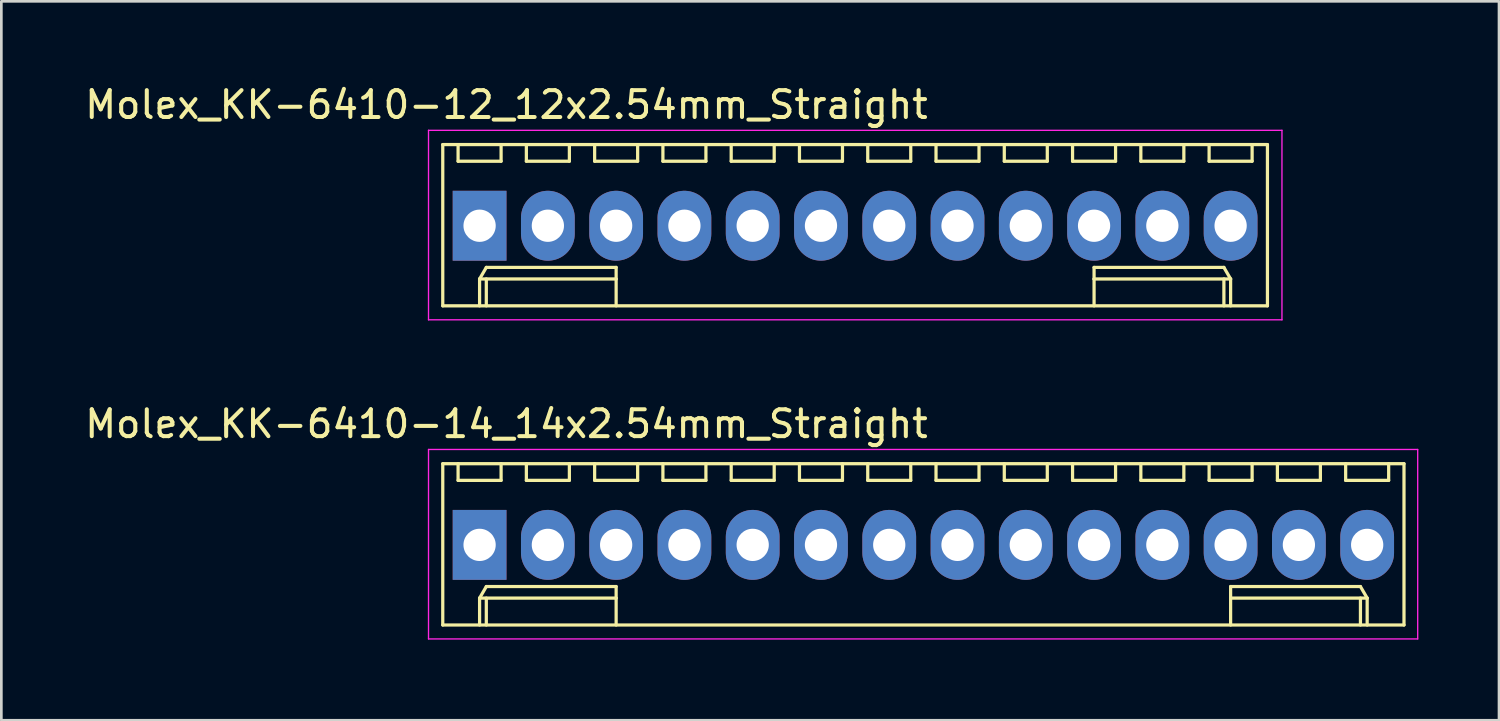
<source format=kicad_pcb>
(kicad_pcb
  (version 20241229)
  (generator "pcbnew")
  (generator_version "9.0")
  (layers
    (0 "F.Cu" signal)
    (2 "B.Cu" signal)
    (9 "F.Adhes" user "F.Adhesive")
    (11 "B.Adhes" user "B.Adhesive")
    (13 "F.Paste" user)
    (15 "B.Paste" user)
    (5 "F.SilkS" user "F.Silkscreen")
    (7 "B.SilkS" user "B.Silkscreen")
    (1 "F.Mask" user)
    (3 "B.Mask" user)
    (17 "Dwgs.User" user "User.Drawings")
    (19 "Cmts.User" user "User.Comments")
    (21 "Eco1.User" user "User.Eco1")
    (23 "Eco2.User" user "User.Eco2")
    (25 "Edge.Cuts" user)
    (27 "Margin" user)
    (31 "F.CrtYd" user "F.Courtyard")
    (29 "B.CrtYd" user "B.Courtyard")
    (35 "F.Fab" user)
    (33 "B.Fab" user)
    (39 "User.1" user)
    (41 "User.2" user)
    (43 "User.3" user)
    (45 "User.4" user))
  (footprint "Molex_KK-6410-14_14x2.54mm_Straight"
    (layer "F.Cu")
    (at 14.792 17.221)
    (property "Reference" "Molex_KK-6410-14_14x2.54mm_Straight" (at 1 -4.5 0) (layer "F.SilkS") (effects (font (size 1 1) (thickness 0.15))))
    (attr through_hole)
    (fp_line (start -1.37 -3.02) (end -1.37 2.98) (stroke (width 0.12) (type solid)) (layer "F.SilkS"))
    (fp_line (start -1.37 2.98) (end 34.39 2.98) (stroke (width 0.12) (type solid)) (layer "F.SilkS"))
    (fp_line (start -0.8 -3.02) (end -0.8 -2.4) (stroke (width 0.12) (type solid)) (layer "F.SilkS"))
    (fp_line (start -0.8 -2.4) (end 0.8 -2.4) (stroke (width 0.12) (type solid)) (layer "F.SilkS"))
    (fp_line (start 0 1.98) (end 0.25 1.55) (stroke (width 0.12) (type solid)) (layer "F.SilkS"))
    (fp_line (start 0 1.98) (end 5.08 1.98) (stroke (width 0.12) (type solid)) (layer "F.SilkS"))
    (fp_line (start 0 2.98) (end 0 1.98) (stroke (width 0.12) (type solid)) (layer "F.SilkS"))
    (fp_line (start 0.25 1.55) (end 5.08 1.55) (stroke (width 0.12) (type solid)) (layer "F.SilkS"))
    (fp_line (start 0.25 2.98) (end 0.25 1.98) (stroke (width 0.12) (type solid)) (layer "F.SilkS"))
    (fp_line (start 0.8 -2.4) (end 0.8 -3.02) (stroke (width 0.12) (type solid)) (layer "F.SilkS"))
    (fp_line (start 1.74 -3.02) (end 1.74 -2.4) (stroke (width 0.12) (type solid)) (layer "F.SilkS"))
    (fp_line (start 1.74 -2.4) (end 3.34 -2.4) (stroke (width 0.12) (type solid)) (layer "F.SilkS"))
    (fp_line (start 3.34 -2.4) (end 3.34 -3.02) (stroke (width 0.12) (type solid)) (layer "F.SilkS"))
    (fp_line (start 4.28 -3.02) (end 4.28 -2.4) (stroke (width 0.12) (type solid)) (layer "F.SilkS"))
    (fp_line (start 4.28 -2.4) (end 5.88 -2.4) (stroke (width 0.12) (type solid)) (layer "F.SilkS"))
    (fp_line (start 5.08 1.55) (end 5.08 1.98) (stroke (width 0.12) (type solid)) (layer "F.SilkS"))
    (fp_line (start 5.08 1.98) (end 5.08 2.98) (stroke (width 0.12) (type solid)) (layer "F.SilkS"))
    (fp_line (start 5.88 -2.4) (end 5.88 -3.02) (stroke (width 0.12) (type solid)) (layer "F.SilkS"))
    (fp_line (start 6.82 -3.02) (end 6.82 -2.4) (stroke (width 0.12) (type solid)) (layer "F.SilkS"))
    (fp_line (start 6.82 -2.4) (end 8.42 -2.4) (stroke (width 0.12) (type solid)) (layer "F.SilkS"))
    (fp_line (start 8.42 -2.4) (end 8.42 -3.02) (stroke (width 0.12) (type solid)) (layer "F.SilkS"))
    (fp_line (start 9.36 -3.02) (end 9.36 -2.4) (stroke (width 0.12) (type solid)) (layer "F.SilkS"))
    (fp_line (start 9.36 -2.4) (end 10.96 -2.4) (stroke (width 0.12) (type solid)) (layer "F.SilkS"))
    (fp_line (start 10.96 -2.4) (end 10.96 -3.02) (stroke (width 0.12) (type solid)) (layer "F.SilkS"))
    (fp_line (start 11.9 -3.02) (end 11.9 -2.4) (stroke (width 0.12) (type solid)) (layer "F.SilkS"))
    (fp_line (start 11.9 -2.4) (end 13.5 -2.4) (stroke (width 0.12) (type solid)) (layer "F.SilkS"))
    (fp_line (start 13.5 -2.4) (end 13.5 -3.02) (stroke (width 0.12) (type solid)) (layer "F.SilkS"))
    (fp_line (start 14.44 -3.02) (end 14.44 -2.4) (stroke (width 0.12) (type solid)) (layer "F.SilkS"))
    (fp_line (start 14.44 -2.4) (end 16.04 -2.4) (stroke (width 0.12) (type solid)) (layer "F.SilkS"))
    (fp_line (start 16.04 -2.4) (end 16.04 -3.02) (stroke (width 0.12) (type solid)) (layer "F.SilkS"))
    (fp_line (start 16.98 -3.02) (end 16.98 -2.4) (stroke (width 0.12) (type solid)) (layer "F.SilkS"))
    (fp_line (start 16.98 -2.4) (end 18.58 -2.4) (stroke (width 0.12) (type solid)) (layer "F.SilkS"))
    (fp_line (start 18.58 -2.4) (end 18.58 -3.02) (stroke (width 0.12) (type solid)) (layer "F.SilkS"))
    (fp_line (start 19.52 -3.02) (end 19.52 -2.4) (stroke (width 0.12) (type solid)) (layer "F.SilkS"))
    (fp_line (start 19.52 -2.4) (end 21.12 -2.4) (stroke (width 0.12) (type solid)) (layer "F.SilkS"))
    (fp_line (start 21.12 -2.4) (end 21.12 -3.02) (stroke (width 0.12) (type solid)) (layer "F.SilkS"))
    (fp_line (start 22.06 -3.02) (end 22.06 -2.4) (stroke (width 0.12) (type solid)) (layer "F.SilkS"))
    (fp_line (start 22.06 -2.4) (end 23.66 -2.4) (stroke (width 0.12) (type solid)) (layer "F.SilkS"))
    (fp_line (start 23.66 -2.4) (end 23.66 -3.02) (stroke (width 0.12) (type solid)) (layer "F.SilkS"))
    (fp_line (start 24.6 -3.02) (end 24.6 -2.4) (stroke (width 0.12) (type solid)) (layer "F.SilkS"))
    (fp_line (start 24.6 -2.4) (end 26.2 -2.4) (stroke (width 0.12) (type solid)) (layer "F.SilkS"))
    (fp_line (start 26.2 -2.4) (end 26.2 -3.02) (stroke (width 0.12) (type solid)) (layer "F.SilkS"))
    (fp_line (start 27.14 -3.02) (end 27.14 -2.4) (stroke (width 0.12) (type solid)) (layer "F.SilkS"))
    (fp_line (start 27.14 -2.4) (end 28.74 -2.4) (stroke (width 0.12) (type solid)) (layer "F.SilkS"))
    (fp_line (start 27.94 1.55) (end 27.94 1.98) (stroke (width 0.12) (type solid)) (layer "F.SilkS"))
    (fp_line (start 27.94 1.98) (end 27.94 2.98) (stroke (width 0.12) (type solid)) (layer "F.SilkS"))
    (fp_line (start 28.74 -2.4) (end 28.74 -3.02) (stroke (width 0.12) (type solid)) (layer "F.SilkS"))
    (fp_line (start 29.68 -3.02) (end 29.68 -2.4) (stroke (width 0.12) (type solid)) (layer "F.SilkS"))
    (fp_line (start 29.68 -2.4) (end 31.28 -2.4) (stroke (width 0.12) (type solid)) (layer "F.SilkS"))
    (fp_line (start 31.28 -2.4) (end 31.28 -3.02) (stroke (width 0.12) (type solid)) (layer "F.SilkS"))
    (fp_line (start 32.22 -3.02) (end 32.22 -2.4) (stroke (width 0.12) (type solid)) (layer "F.SilkS"))
    (fp_line (start 32.22 -2.4) (end 33.82 -2.4) (stroke (width 0.12) (type solid)) (layer "F.SilkS"))
    (fp_line (start 32.77 1.55) (end 27.94 1.55) (stroke (width 0.12) (type solid)) (layer "F.SilkS"))
    (fp_line (start 32.77 2.98) (end 32.77 1.98) (stroke (width 0.12) (type solid)) (layer "F.SilkS"))
    (fp_line (start 33.02 1.98) (end 27.94 1.98) (stroke (width 0.12) (type solid)) (layer "F.SilkS"))
    (fp_line (start 33.02 1.98) (end 32.77 1.55) (stroke (width 0.12) (type solid)) (layer "F.SilkS"))
    (fp_line (start 33.02 2.98) (end 33.02 1.98) (stroke (width 0.12) (type solid)) (layer "F.SilkS"))
    (fp_line (start 33.82 -2.4) (end 33.82 -3.02) (stroke (width 0.12) (type solid)) (layer "F.SilkS"))
    (fp_line (start 34.39 -3.02) (end -1.37 -3.02) (stroke (width 0.12) (type solid)) (layer "F.SilkS"))
    (fp_line (start 34.39 2.98) (end 34.39 -3.02) (stroke (width 0.12) (type solid)) (layer "F.SilkS"))
    (fp_line (start -1.9 -3.55) (end 34.9 -3.55) (stroke (width 0.05) (type solid)) (layer "F.CrtYd"))
    (fp_line (start -1.9 3.5) (end -1.9 -3.55) (stroke (width 0.05) (type solid)) (layer "F.CrtYd"))
    (fp_line (start 34.9 -3.55) (end 34.9 3.5) (stroke (width 0.05) (type solid)) (layer "F.CrtYd"))
    (fp_line (start 34.9 3.5) (end -1.9 3.5) (stroke (width 0.05) (type solid)) (layer "F.CrtYd"))
    (pad "1" thru_hole rect (at 0 0) (size 2 2.6) (drill 1.2) (layers "*.Cu" "*.Mask"))
    (pad "2" thru_hole oval (at 2.54 0) (size 2 2.6) (drill 1.2) (layers "*.Cu" "*.Mask"))
    (pad "3" thru_hole oval (at 5.08 0) (size 2 2.6) (drill 1.2) (layers "*.Cu" "*.Mask"))
    (pad "4" thru_hole oval (at 7.62 0) (size 2 2.6) (drill 1.2) (layers "*.Cu" "*.Mask"))
    (pad "5" thru_hole oval (at 10.16 0) (size 2 2.6) (drill 1.2) (layers "*.Cu" "*.Mask"))
    (pad "6" thru_hole oval (at 12.7 0) (size 2 2.6) (drill 1.2) (layers "*.Cu" "*.Mask"))
    (pad "7" thru_hole oval (at 15.24 0) (size 2 2.6) (drill 1.2) (layers "*.Cu" "*.Mask"))
    (pad "8" thru_hole oval (at 17.78 0) (size 2 2.6) (drill 1.2) (layers "*.Cu" "*.Mask"))
    (pad "9" thru_hole oval (at 20.32 0) (size 2 2.6) (drill 1.2) (layers "*.Cu" "*.Mask"))
    (pad "10" thru_hole oval (at 22.86 0) (size 2 2.6) (drill 1.2) (layers "*.Cu" "*.Mask"))
    (pad "11" thru_hole oval (at 25.4 0) (size 2 2.6) (drill 1.2) (layers "*.Cu" "*.Mask"))
    (pad "12" thru_hole oval (at 27.94 0) (size 2 2.6) (drill 1.2) (layers "*.Cu" "*.Mask"))
    (pad "13" thru_hole oval (at 30.48 0) (size 2 2.6) (drill 1.2) (layers "*.Cu" "*.Mask"))
    (pad "14" thru_hole oval (at 33.02 0) (size 2 2.6) (drill 1.2) (layers "*.Cu" "*.Mask")))
  (footprint "Molex_KK-6410-12_12x2.54mm_Straight"
    (layer "F.Cu")
    (at 14.792 5.348)
    (property "Reference" "Molex_KK-6410-12_12x2.54mm_Straight" (at 1 -4.5 0) (layer "F.SilkS") (effects (font (size 1 1) (thickness 0.15))))
    (attr through_hole)
    (fp_line (start -1.37 -3.02) (end -1.37 2.98) (stroke (width 0.12) (type solid)) (layer "F.SilkS"))
    (fp_line (start -1.37 2.98) (end 29.31 2.98) (stroke (width 0.12) (type solid)) (layer "F.SilkS"))
    (fp_line (start -0.8 -3.02) (end -0.8 -2.4) (stroke (width 0.12) (type solid)) (layer "F.SilkS"))
    (fp_line (start -0.8 -2.4) (end 0.8 -2.4) (stroke (width 0.12) (type solid)) (layer "F.SilkS"))
    (fp_line (start 0 1.98) (end 0.25 1.55) (stroke (width 0.12) (type solid)) (layer "F.SilkS"))
    (fp_line (start 0 1.98) (end 5.08 1.98) (stroke (width 0.12) (type solid)) (layer "F.SilkS"))
    (fp_line (start 0 2.98) (end 0 1.98) (stroke (width 0.12) (type solid)) (layer "F.SilkS"))
    (fp_line (start 0.25 1.55) (end 5.08 1.55) (stroke (width 0.12) (type solid)) (layer "F.SilkS"))
    (fp_line (start 0.25 2.98) (end 0.25 1.98) (stroke (width 0.12) (type solid)) (layer "F.SilkS"))
    (fp_line (start 0.8 -2.4) (end 0.8 -3.02) (stroke (width 0.12) (type solid)) (layer "F.SilkS"))
    (fp_line (start 1.74 -3.02) (end 1.74 -2.4) (stroke (width 0.12) (type solid)) (layer "F.SilkS"))
    (fp_line (start 1.74 -2.4) (end 3.34 -2.4) (stroke (width 0.12) (type solid)) (layer "F.SilkS"))
    (fp_line (start 3.34 -2.4) (end 3.34 -3.02) (stroke (width 0.12) (type solid)) (layer "F.SilkS"))
    (fp_line (start 4.28 -3.02) (end 4.28 -2.4) (stroke (width 0.12) (type solid)) (layer "F.SilkS"))
    (fp_line (start 4.28 -2.4) (end 5.88 -2.4) (stroke (width 0.12) (type solid)) (layer "F.SilkS"))
    (fp_line (start 5.08 1.55) (end 5.08 1.98) (stroke (width 0.12) (type solid)) (layer "F.SilkS"))
    (fp_line (start 5.08 1.98) (end 5.08 2.98) (stroke (width 0.12) (type solid)) (layer "F.SilkS"))
    (fp_line (start 5.88 -2.4) (end 5.88 -3.02) (stroke (width 0.12) (type solid)) (layer "F.SilkS"))
    (fp_line (start 6.82 -3.02) (end 6.82 -2.4) (stroke (width 0.12) (type solid)) (layer "F.SilkS"))
    (fp_line (start 6.82 -2.4) (end 8.42 -2.4) (stroke (width 0.12) (type solid)) (layer "F.SilkS"))
    (fp_line (start 8.42 -2.4) (end 8.42 -3.02) (stroke (width 0.12) (type solid)) (layer "F.SilkS"))
    (fp_line (start 9.36 -3.02) (end 9.36 -2.4) (stroke (width 0.12) (type solid)) (layer "F.SilkS"))
    (fp_line (start 9.36 -2.4) (end 10.96 -2.4) (stroke (width 0.12) (type solid)) (layer "F.SilkS"))
    (fp_line (start 10.96 -2.4) (end 10.96 -3.02) (stroke (width 0.12) (type solid)) (layer "F.SilkS"))
    (fp_line (start 11.9 -3.02) (end 11.9 -2.4) (stroke (width 0.12) (type solid)) (layer "F.SilkS"))
    (fp_line (start 11.9 -2.4) (end 13.5 -2.4) (stroke (width 0.12) (type solid)) (layer "F.SilkS"))
    (fp_line (start 13.5 -2.4) (end 13.5 -3.02) (stroke (width 0.12) (type solid)) (layer "F.SilkS"))
    (fp_line (start 14.44 -3.02) (end 14.44 -2.4) (stroke (width 0.12) (type solid)) (layer "F.SilkS"))
    (fp_line (start 14.44 -2.4) (end 16.04 -2.4) (stroke (width 0.12) (type solid)) (layer "F.SilkS"))
    (fp_line (start 16.04 -2.4) (end 16.04 -3.02) (stroke (width 0.12) (type solid)) (layer "F.SilkS"))
    (fp_line (start 16.98 -3.02) (end 16.98 -2.4) (stroke (width 0.12) (type solid)) (layer "F.SilkS"))
    (fp_line (start 16.98 -2.4) (end 18.58 -2.4) (stroke (width 0.12) (type solid)) (layer "F.SilkS"))
    (fp_line (start 18.58 -2.4) (end 18.58 -3.02) (stroke (width 0.12) (type solid)) (layer "F.SilkS"))
    (fp_line (start 19.52 -3.02) (end 19.52 -2.4) (stroke (width 0.12) (type solid)) (layer "F.SilkS"))
    (fp_line (start 19.52 -2.4) (end 21.12 -2.4) (stroke (width 0.12) (type solid)) (layer "F.SilkS"))
    (fp_line (start 21.12 -2.4) (end 21.12 -3.02) (stroke (width 0.12) (type solid)) (layer "F.SilkS"))
    (fp_line (start 22.06 -3.02) (end 22.06 -2.4) (stroke (width 0.12) (type solid)) (layer "F.SilkS"))
    (fp_line (start 22.06 -2.4) (end 23.66 -2.4) (stroke (width 0.12) (type solid)) (layer "F.SilkS"))
    (fp_line (start 22.86 1.55) (end 22.86 1.98) (stroke (width 0.12) (type solid)) (layer "F.SilkS"))
    (fp_line (start 22.86 1.98) (end 22.86 2.98) (stroke (width 0.12) (type solid)) (layer "F.SilkS"))
    (fp_line (start 23.66 -2.4) (end 23.66 -3.02) (stroke (width 0.12) (type solid)) (layer "F.SilkS"))
    (fp_line (start 24.6 -3.02) (end 24.6 -2.4) (stroke (width 0.12) (type solid)) (layer "F.SilkS"))
    (fp_line (start 24.6 -2.4) (end 26.2 -2.4) (stroke (width 0.12) (type solid)) (layer "F.SilkS"))
    (fp_line (start 26.2 -2.4) (end 26.2 -3.02) (stroke (width 0.12) (type solid)) (layer "F.SilkS"))
    (fp_line (start 27.14 -3.02) (end 27.14 -2.4) (stroke (width 0.12) (type solid)) (layer "F.SilkS"))
    (fp_line (start 27.14 -2.4) (end 28.74 -2.4) (stroke (width 0.12) (type solid)) (layer "F.SilkS"))
    (fp_line (start 27.69 1.55) (end 22.86 1.55) (stroke (width 0.12) (type solid)) (layer "F.SilkS"))
    (fp_line (start 27.69 2.98) (end 27.69 1.98) (stroke (width 0.12) (type solid)) (layer "F.SilkS"))
    (fp_line (start 27.94 1.98) (end 22.86 1.98) (stroke (width 0.12) (type solid)) (layer "F.SilkS"))
    (fp_line (start 27.94 1.98) (end 27.69 1.55) (stroke (width 0.12) (type solid)) (layer "F.SilkS"))
    (fp_line (start 27.94 2.98) (end 27.94 1.98) (stroke (width 0.12) (type solid)) (layer "F.SilkS"))
    (fp_line (start 28.74 -2.4) (end 28.74 -3.02) (stroke (width 0.12) (type solid)) (layer "F.SilkS"))
    (fp_line (start 29.31 -3.02) (end -1.37 -3.02) (stroke (width 0.12) (type solid)) (layer "F.SilkS"))
    (fp_line (start 29.31 2.98) (end 29.31 -3.02) (stroke (width 0.12) (type solid)) (layer "F.SilkS"))
    (fp_line (start -1.9 -3.55) (end 29.85 -3.55) (stroke (width 0.05) (type solid)) (layer "F.CrtYd"))
    (fp_line (start -1.9 3.5) (end -1.9 -3.55) (stroke (width 0.05) (type solid)) (layer "F.CrtYd"))
    (fp_line (start 29.85 -3.55) (end 29.85 3.5) (stroke (width 0.05) (type solid)) (layer "F.CrtYd"))
    (fp_line (start 29.85 3.5) (end -1.9 3.5) (stroke (width 0.05) (type solid)) (layer "F.CrtYd"))
    (pad "1" thru_hole rect (at 0 0) (size 2 2.6) (drill 1.2) (layers "*.Cu" "*.Mask"))
    (pad "2" thru_hole oval (at 2.54 0) (size 2 2.6) (drill 1.2) (layers "*.Cu" "*.Mask"))
    (pad "3" thru_hole oval (at 5.08 0) (size 2 2.6) (drill 1.2) (layers "*.Cu" "*.Mask"))
    (pad "4" thru_hole oval (at 7.62 0) (size 2 2.6) (drill 1.2) (layers "*.Cu" "*.Mask"))
    (pad "5" thru_hole oval (at 10.16 0) (size 2 2.6) (drill 1.2) (layers "*.Cu" "*.Mask"))
    (pad "6" thru_hole oval (at 12.7 0) (size 2 2.6) (drill 1.2) (layers "*.Cu" "*.Mask"))
    (pad "7" thru_hole oval (at 15.24 0) (size 2 2.6) (drill 1.2) (layers "*.Cu" "*.Mask"))
    (pad "8" thru_hole oval (at 17.78 0) (size 2 2.6) (drill 1.2) (layers "*.Cu" "*.Mask"))
    (pad "9" thru_hole oval (at 20.32 0) (size 2 2.6) (drill 1.2) (layers "*.Cu" "*.Mask"))
    (pad "10" thru_hole oval (at 22.86 0) (size 2 2.6) (drill 1.2) (layers "*.Cu" "*.Mask"))
    (pad "11" thru_hole oval (at 25.4 0) (size 2 2.6) (drill 1.2) (layers "*.Cu" "*.Mask"))
    (pad "12" thru_hole oval (at 27.94 0) (size 2 2.6) (drill 1.2) (layers "*.Cu" "*.Mask")))
  (gr_rect
    (start -3 -3)
    (end 52.717 23.747)
    (stroke (width 0.1) (type default))
    (fill no)
    (layer "Edge.Cuts")))
</source>
